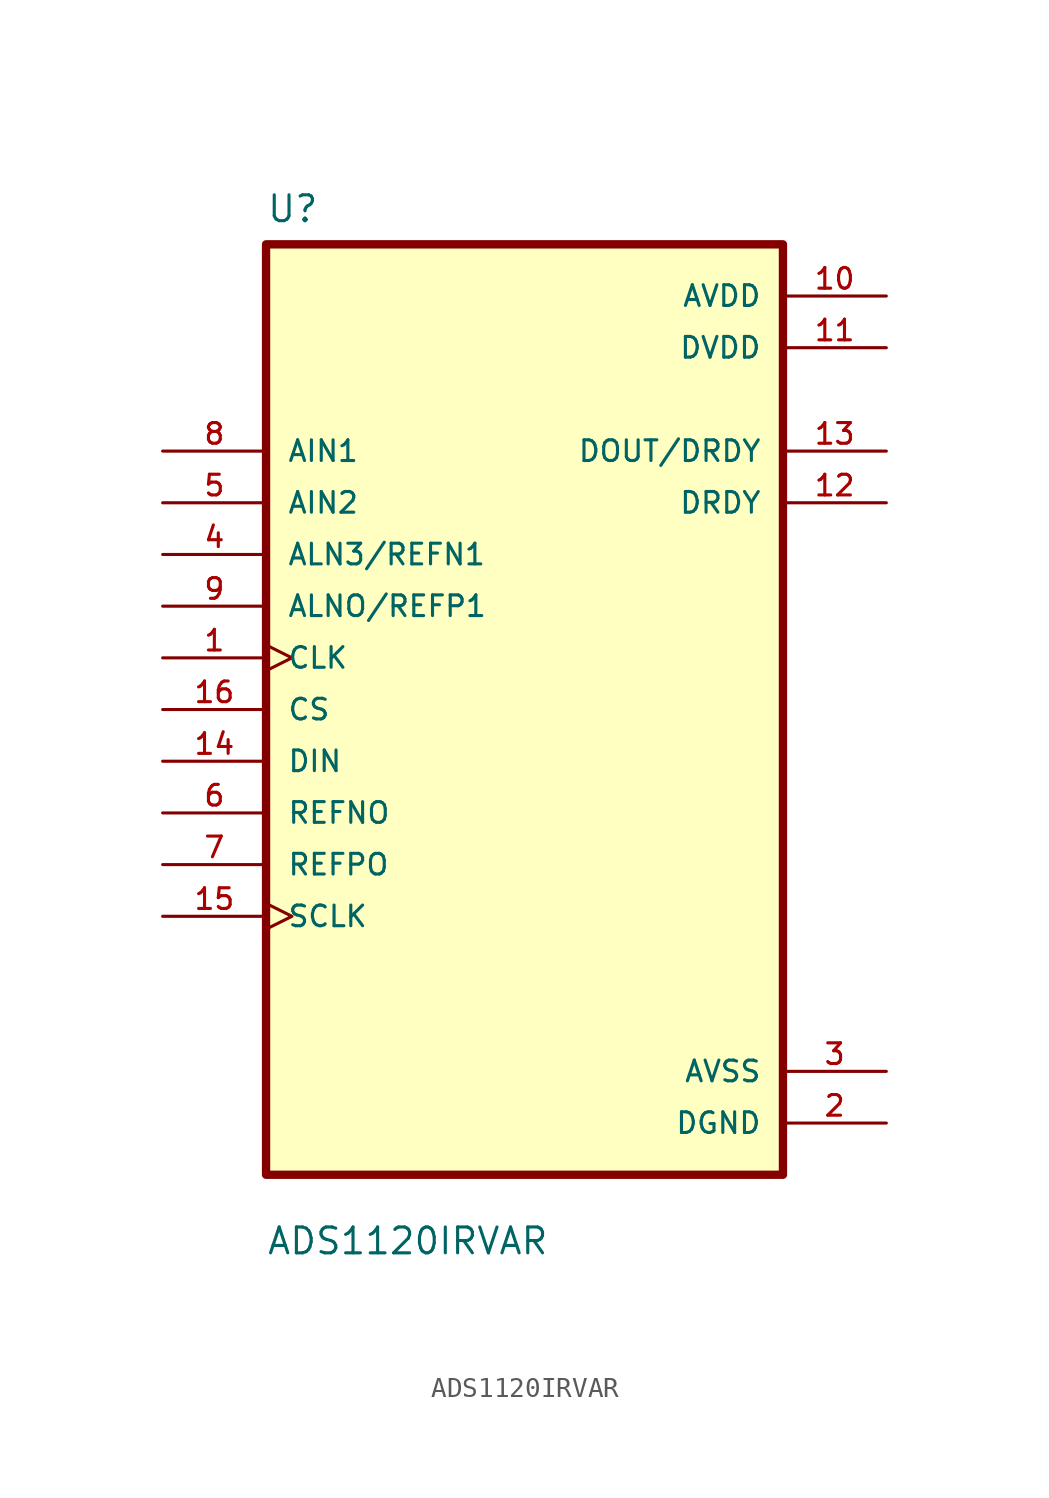
<source format=kicad_sym>
(kicad_symbol_lib
  (version 20211014)
  (generator kicad_symbol_editor)
  (symbol "ADS1120IRVAR"
    (pin_names
      (offset 1.016))
    (property "Reference" "U"
      (at -12.7 23.86 0.0)
      (effects (font (size 1.27 1.27)) (justify bottom left)))
    (property "Value" "ADS1120IRVAR"
      (at -12.7 -26.86 0.0)
      (effects (font (size 1.27 1.27)) (justify bottom left)))
    (symbol "ADS1120IRVAR_0_0"
      (rectangle (start -12.7 -22.86) (end 12.7 22.86) (stroke (width 0.41)) (fill (type background)))
      (pin input line (at -17.78 12.7 0) (length 5.08) (name "AIN1" (effects (font (size 1.016 1.016)))) (number "8" (effects (font (size 1.016 1.016)))))
      (pin input line (at -17.78 10.16 0) (length 5.08) (name "AIN2" (effects (font (size 1.016 1.016)))) (number "5" (effects (font (size 1.016 1.016)))))
      (pin input line (at -17.78 7.62 0) (length 5.08) (name "ALN3/REFN1" (effects (font (size 1.016 1.016)))) (number "4" (effects (font (size 1.016 1.016)))))
      (pin input line (at -17.78 5.08 0) (length 5.08) (name "ALNO/REFP1" (effects (font (size 1.016 1.016)))) (number "9" (effects (font (size 1.016 1.016)))))
      (pin input clock (at -17.78 2.54 0) (length 5.08) (name "CLK" (effects (font (size 1.016 1.016)))) (number "1" (effects (font (size 1.016 1.016)))))
      (pin input line (at -17.78 0.0 0) (length 5.08) (name "CS" (effects (font (size 1.016 1.016)))) (number "16" (effects (font (size 1.016 1.016)))))
      (pin input line (at -17.78 -2.54 0) (length 5.08) (name "DIN" (effects (font (size 1.016 1.016)))) (number "14" (effects (font (size 1.016 1.016)))))
      (pin input line (at -17.78 -5.08 0) (length 5.08) (name "REFNO" (effects (font (size 1.016 1.016)))) (number "6" (effects (font (size 1.016 1.016)))))
      (pin input line (at -17.78 -7.62 0) (length 5.08) (name "REFPO" (effects (font (size 1.016 1.016)))) (number "7" (effects (font (size 1.016 1.016)))))
      (pin input clock (at -17.78 -10.16 0) (length 5.08) (name "SCLK" (effects (font (size 1.016 1.016)))) (number "15" (effects (font (size 1.016 1.016)))))
      (pin power_in line (at 17.78 20.32 180.0) (length 5.08) (name "AVDD" (effects (font (size 1.016 1.016)))) (number "10" (effects (font (size 1.016 1.016)))))
      (pin power_in line (at 17.78 17.78 180.0) (length 5.08) (name "DVDD" (effects (font (size 1.016 1.016)))) (number "11" (effects (font (size 1.016 1.016)))))
      (pin output line (at 17.78 12.7 180.0) (length 5.08) (name "DOUT/DRDY" (effects (font (size 1.016 1.016)))) (number "13" (effects (font (size 1.016 1.016)))))
      (pin output line (at 17.78 10.16 180.0) (length 5.08) (name "DRDY" (effects (font (size 1.016 1.016)))) (number "12" (effects (font (size 1.016 1.016)))))
      (pin power_in line (at 17.78 -17.78 180.0) (length 5.08) (name "AVSS" (effects (font (size 1.016 1.016)))) (number "3" (effects (font (size 1.016 1.016)))))
      (pin power_in line (at 17.78 -20.32 180.0) (length 5.08) (name "DGND" (effects (font (size 1.016 1.016)))) (number "2" (effects (font (size 1.016 1.016))))))))
</source>
